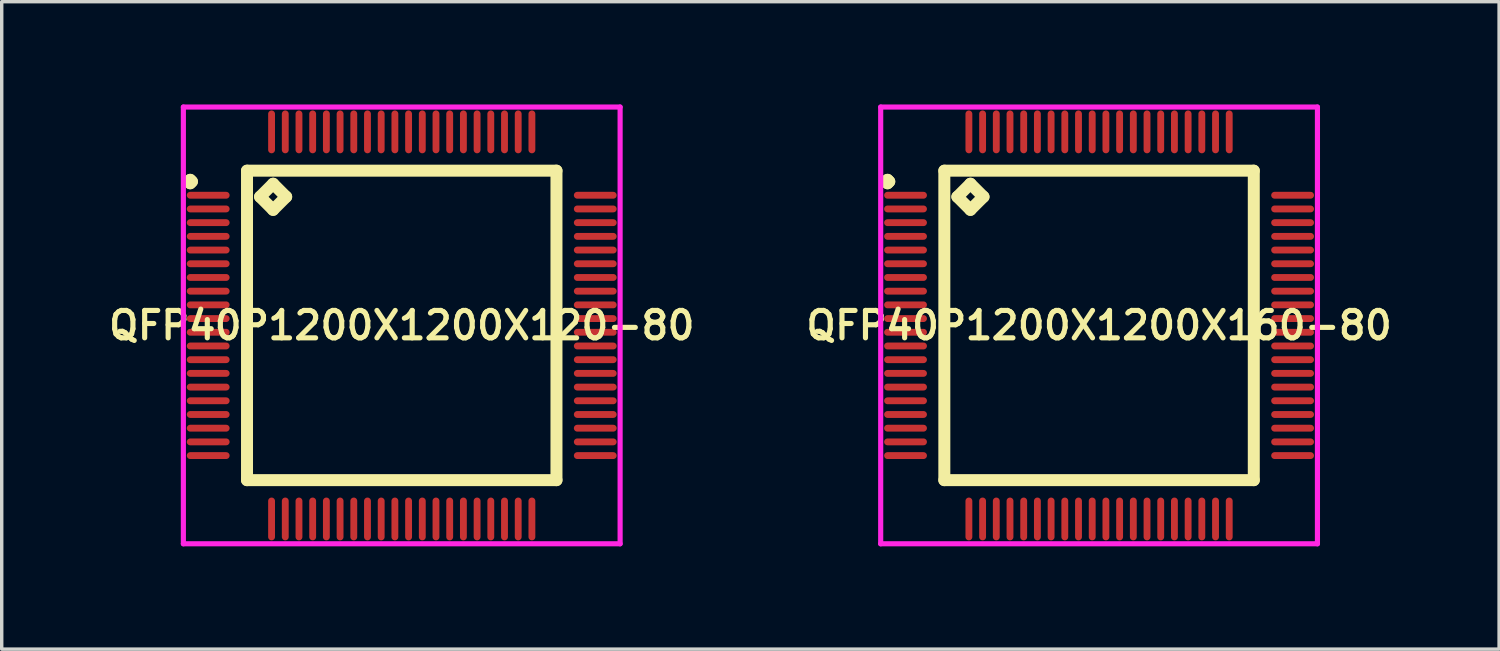
<source format=kicad_pcb>
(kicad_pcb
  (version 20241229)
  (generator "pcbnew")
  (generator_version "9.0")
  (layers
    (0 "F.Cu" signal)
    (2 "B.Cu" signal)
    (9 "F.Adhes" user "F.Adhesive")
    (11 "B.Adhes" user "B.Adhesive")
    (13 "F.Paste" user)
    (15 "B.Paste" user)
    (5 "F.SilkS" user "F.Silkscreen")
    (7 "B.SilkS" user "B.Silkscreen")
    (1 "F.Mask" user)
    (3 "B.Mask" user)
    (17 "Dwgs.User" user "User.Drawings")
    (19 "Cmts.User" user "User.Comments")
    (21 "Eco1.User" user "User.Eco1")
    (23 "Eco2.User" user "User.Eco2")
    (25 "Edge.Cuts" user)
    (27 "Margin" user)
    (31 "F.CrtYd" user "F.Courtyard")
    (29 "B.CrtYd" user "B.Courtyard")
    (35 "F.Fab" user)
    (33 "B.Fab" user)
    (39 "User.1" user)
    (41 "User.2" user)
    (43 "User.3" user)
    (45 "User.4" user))
  (footprint "QFP40P1200X1200X160-80"
    (layer "F.Cu")
    (at 29.035 6.45)
    (property "Reference" "QFP40P1200X1200X160-80" (at 0 0 0) (layer "F.SilkS") (effects (font (size 0.8 0.8) (thickness 0.15))))
    (attr through_hole)
    (fp_line (start -6.225 -4.2) (end -6.175 -4.25) (stroke (width 0.35) (type solid)) (layer "F.SilkS"))
    (fp_line (start -6.175 -4.25) (end -6.125 -4.2) (stroke (width 0.35) (type solid)) (layer "F.SilkS"))
    (fp_line (start -6.175 -4.15) (end -6.225 -4.2) (stroke (width 0.35) (type solid)) (layer "F.SilkS"))
    (fp_line (start -6.125 -4.2) (end -6.175 -4.15) (stroke (width 0.35) (type solid)) (layer "F.SilkS"))
    (fp_line (start -4.517 -4.517) (end -4.517 4.517) (stroke (width 0.35) (type solid)) (layer "F.SilkS"))
    (fp_line (start -4.517 4.517) (end 4.517 4.517) (stroke (width 0.35) (type solid)) (layer "F.SilkS"))
    (fp_line (start -4.136 -3.755) (end -3.755 -4.136) (stroke (width 0.35) (type solid)) (layer "F.SilkS"))
    (fp_line (start -3.755 -4.136) (end -3.374 -3.755) (stroke (width 0.35) (type solid)) (layer "F.SilkS"))
    (fp_line (start -3.755 -3.374) (end -4.136 -3.755) (stroke (width 0.35) (type solid)) (layer "F.SilkS"))
    (fp_line (start -3.374 -3.755) (end -3.755 -3.374) (stroke (width 0.35) (type solid)) (layer "F.SilkS"))
    (fp_line (start 4.517 -4.517) (end -4.517 -4.517) (stroke (width 0.35) (type solid)) (layer "F.SilkS"))
    (fp_line (start 4.517 4.517) (end 4.517 -4.517) (stroke (width 0.35) (type solid)) (layer "F.SilkS"))
    (fp_line (start -6.375 -6.375) (end 6.375 -6.375) (stroke (width 0.15) (type solid)) (layer "F.CrtYd"))
    (fp_line (start -6.375 6.375) (end -6.375 -6.375) (stroke (width 0.15) (type solid)) (layer "F.CrtYd"))
    (fp_line (start 6.375 -6.375) (end 6.375 6.375) (stroke (width 0.15) (type solid)) (layer "F.CrtYd"))
    (fp_line (start 6.375 6.375) (end -6.375 6.375) (stroke (width 0.15) (type solid)) (layer "F.CrtYd"))
    (pad "1" smd oval (at -5.65 -3.8) (size 1.25 0.2) (layers "F.Cu" "F.Mask" "F.Paste"))
    (pad "2" smd oval (at -5.65 -3.4) (size 1.25 0.2) (layers "F.Cu" "F.Mask" "F.Paste"))
    (pad "3" smd oval (at -5.65 -3) (size 1.25 0.2) (layers "F.Cu" "F.Mask" "F.Paste"))
    (pad "4" smd oval (at -5.65 -2.6) (size 1.25 0.2) (layers "F.Cu" "F.Mask" "F.Paste"))
    (pad "5" smd oval (at -5.65 -2.2) (size 1.25 0.2) (layers "F.Cu" "F.Mask" "F.Paste"))
    (pad "6" smd oval (at -5.65 -1.8) (size 1.25 0.2) (layers "F.Cu" "F.Mask" "F.Paste"))
    (pad "7" smd oval (at -5.65 -1.4) (size 1.25 0.2) (layers "F.Cu" "F.Mask" "F.Paste"))
    (pad "8" smd oval (at -5.65 -1) (size 1.25 0.2) (layers "F.Cu" "F.Mask" "F.Paste"))
    (pad "9" smd oval (at -5.65 -0.6) (size 1.25 0.2) (layers "F.Cu" "F.Mask" "F.Paste"))
    (pad "10" smd oval (at -5.65 -0.2) (size 1.25 0.2) (layers "F.Cu" "F.Mask" "F.Paste"))
    (pad "11" smd oval (at -5.65 0.2) (size 1.25 0.2) (layers "F.Cu" "F.Mask" "F.Paste"))
    (pad "12" smd oval (at -5.65 0.6) (size 1.25 0.2) (layers "F.Cu" "F.Mask" "F.Paste"))
    (pad "13" smd oval (at -5.65 1) (size 1.25 0.2) (layers "F.Cu" "F.Mask" "F.Paste"))
    (pad "14" smd oval (at -5.65 1.4) (size 1.25 0.2) (layers "F.Cu" "F.Mask" "F.Paste"))
    (pad "15" smd oval (at -5.65 1.8) (size 1.25 0.2) (layers "F.Cu" "F.Mask" "F.Paste"))
    (pad "16" smd oval (at -5.65 2.2) (size 1.25 0.2) (layers "F.Cu" "F.Mask" "F.Paste"))
    (pad "17" smd oval (at -5.65 2.6) (size 1.25 0.2) (layers "F.Cu" "F.Mask" "F.Paste"))
    (pad "18" smd oval (at -5.65 3) (size 1.25 0.2) (layers "F.Cu" "F.Mask" "F.Paste"))
    (pad "19" smd oval (at -5.65 3.4) (size 1.25 0.2) (layers "F.Cu" "F.Mask" "F.Paste"))
    (pad "20" smd oval (at -5.65 3.8) (size 1.25 0.2) (layers "F.Cu" "F.Mask" "F.Paste"))
    (pad "21" smd oval (at -3.8 5.65) (size 0.2 1.25) (layers "F.Cu" "F.Mask" "F.Paste"))
    (pad "22" smd oval (at -3.4 5.65) (size 0.2 1.25) (layers "F.Cu" "F.Mask" "F.Paste"))
    (pad "23" smd oval (at -3 5.65) (size 0.2 1.25) (layers "F.Cu" "F.Mask" "F.Paste"))
    (pad "24" smd oval (at -2.6 5.65) (size 0.2 1.25) (layers "F.Cu" "F.Mask" "F.Paste"))
    (pad "25" smd oval (at -2.2 5.65) (size 0.2 1.25) (layers "F.Cu" "F.Mask" "F.Paste"))
    (pad "26" smd oval (at -1.8 5.65) (size 0.2 1.25) (layers "F.Cu" "F.Mask" "F.Paste"))
    (pad "27" smd oval (at -1.4 5.65) (size 0.2 1.25) (layers "F.Cu" "F.Mask" "F.Paste"))
    (pad "28" smd oval (at -1 5.65) (size 0.2 1.25) (layers "F.Cu" "F.Mask" "F.Paste"))
    (pad "29" smd oval (at -0.6 5.65) (size 0.2 1.25) (layers "F.Cu" "F.Mask" "F.Paste"))
    (pad "30" smd oval (at -0.2 5.65) (size 0.2 1.25) (layers "F.Cu" "F.Mask" "F.Paste"))
    (pad "31" smd oval (at 0.2 5.65) (size 0.2 1.25) (layers "F.Cu" "F.Mask" "F.Paste"))
    (pad "32" smd oval (at 0.6 5.65) (size 0.2 1.25) (layers "F.Cu" "F.Mask" "F.Paste"))
    (pad "33" smd oval (at 1 5.65) (size 0.2 1.25) (layers "F.Cu" "F.Mask" "F.Paste"))
    (pad "34" smd oval (at 1.4 5.65) (size 0.2 1.25) (layers "F.Cu" "F.Mask" "F.Paste"))
    (pad "35" smd oval (at 1.8 5.65) (size 0.2 1.25) (layers "F.Cu" "F.Mask" "F.Paste"))
    (pad "36" smd oval (at 2.2 5.65) (size 0.2 1.25) (layers "F.Cu" "F.Mask" "F.Paste"))
    (pad "37" smd oval (at 2.6 5.65) (size 0.2 1.25) (layers "F.Cu" "F.Mask" "F.Paste"))
    (pad "38" smd oval (at 3 5.65) (size 0.2 1.25) (layers "F.Cu" "F.Mask" "F.Paste"))
    (pad "39" smd oval (at 3.4 5.65) (size 0.2 1.25) (layers "F.Cu" "F.Mask" "F.Paste"))
    (pad "40" smd oval (at 3.8 5.65) (size 0.2 1.25) (layers "F.Cu" "F.Mask" "F.Paste"))
    (pad "41" smd oval (at 5.65 3.8) (size 1.25 0.2) (layers "F.Cu" "F.Mask" "F.Paste"))
    (pad "42" smd oval (at 5.65 3.4) (size 1.25 0.2) (layers "F.Cu" "F.Mask" "F.Paste"))
    (pad "43" smd oval (at 5.65 3) (size 1.25 0.2) (layers "F.Cu" "F.Mask" "F.Paste"))
    (pad "44" smd oval (at 5.65 2.6) (size 1.25 0.2) (layers "F.Cu" "F.Mask" "F.Paste"))
    (pad "45" smd oval (at 5.65 2.2) (size 1.25 0.2) (layers "F.Cu" "F.Mask" "F.Paste"))
    (pad "46" smd oval (at 5.65 1.8) (size 1.25 0.2) (layers "F.Cu" "F.Mask" "F.Paste"))
    (pad "47" smd oval (at 5.65 1.4) (size 1.25 0.2) (layers "F.Cu" "F.Mask" "F.Paste"))
    (pad "48" smd oval (at 5.65 1) (size 1.25 0.2) (layers "F.Cu" "F.Mask" "F.Paste"))
    (pad "49" smd oval (at 5.65 0.6) (size 1.25 0.2) (layers "F.Cu" "F.Mask" "F.Paste"))
    (pad "50" smd oval (at 5.65 0.2) (size 1.25 0.2) (layers "F.Cu" "F.Mask" "F.Paste"))
    (pad "51" smd oval (at 5.65 -0.2) (size 1.25 0.2) (layers "F.Cu" "F.Mask" "F.Paste"))
    (pad "52" smd oval (at 5.65 -0.6) (size 1.25 0.2) (layers "F.Cu" "F.Mask" "F.Paste"))
    (pad "53" smd oval (at 5.65 -1) (size 1.25 0.2) (layers "F.Cu" "F.Mask" "F.Paste"))
    (pad "54" smd oval (at 5.65 -1.4) (size 1.25 0.2) (layers "F.Cu" "F.Mask" "F.Paste"))
    (pad "55" smd oval (at 5.65 -1.8) (size 1.25 0.2) (layers "F.Cu" "F.Mask" "F.Paste"))
    (pad "56" smd oval (at 5.65 -2.2) (size 1.25 0.2) (layers "F.Cu" "F.Mask" "F.Paste"))
    (pad "57" smd oval (at 5.65 -2.6) (size 1.25 0.2) (layers "F.Cu" "F.Mask" "F.Paste"))
    (pad "58" smd oval (at 5.65 -3) (size 1.25 0.2) (layers "F.Cu" "F.Mask" "F.Paste"))
    (pad "59" smd oval (at 5.65 -3.4) (size 1.25 0.2) (layers "F.Cu" "F.Mask" "F.Paste"))
    (pad "60" smd oval (at 5.65 -3.8) (size 1.25 0.2) (layers "F.Cu" "F.Mask" "F.Paste"))
    (pad "61" smd oval (at 3.8 -5.65) (size 0.2 1.25) (layers "F.Cu" "F.Mask" "F.Paste"))
    (pad "62" smd oval (at 3.4 -5.65) (size 0.2 1.25) (layers "F.Cu" "F.Mask" "F.Paste"))
    (pad "63" smd oval (at 3 -5.65) (size 0.2 1.25) (layers "F.Cu" "F.Mask" "F.Paste"))
    (pad "64" smd oval (at 2.6 -5.65) (size 0.2 1.25) (layers "F.Cu" "F.Mask" "F.Paste"))
    (pad "65" smd oval (at 2.2 -5.65) (size 0.2 1.25) (layers "F.Cu" "F.Mask" "F.Paste"))
    (pad "66" smd oval (at 1.8 -5.65) (size 0.2 1.25) (layers "F.Cu" "F.Mask" "F.Paste"))
    (pad "67" smd oval (at 1.4 -5.65) (size 0.2 1.25) (layers "F.Cu" "F.Mask" "F.Paste"))
    (pad "68" smd oval (at 1 -5.65) (size 0.2 1.25) (layers "F.Cu" "F.Mask" "F.Paste"))
    (pad "69" smd oval (at 0.6 -5.65) (size 0.2 1.25) (layers "F.Cu" "F.Mask" "F.Paste"))
    (pad "70" smd oval (at 0.2 -5.65) (size 0.2 1.25) (layers "F.Cu" "F.Mask" "F.Paste"))
    (pad "71" smd oval (at -0.2 -5.65) (size 0.2 1.25) (layers "F.Cu" "F.Mask" "F.Paste"))
    (pad "72" smd oval (at -0.6 -5.65) (size 0.2 1.25) (layers "F.Cu" "F.Mask" "F.Paste"))
    (pad "73" smd oval (at -1 -5.65) (size 0.2 1.25) (layers "F.Cu" "F.Mask" "F.Paste"))
    (pad "74" smd oval (at -1.4 -5.65) (size 0.2 1.25) (layers "F.Cu" "F.Mask" "F.Paste"))
    (pad "75" smd oval (at -1.8 -5.65) (size 0.2 1.25) (layers "F.Cu" "F.Mask" "F.Paste"))
    (pad "76" smd oval (at -2.2 -5.65) (size 0.2 1.25) (layers "F.Cu" "F.Mask" "F.Paste"))
    (pad "77" smd oval (at -2.6 -5.65) (size 0.2 1.25) (layers "F.Cu" "F.Mask" "F.Paste"))
    (pad "78" smd oval (at -3 -5.65) (size 0.2 1.25) (layers "F.Cu" "F.Mask" "F.Paste"))
    (pad "79" smd oval (at -3.4 -5.65) (size 0.2 1.25) (layers "F.Cu" "F.Mask" "F.Paste"))
    (pad "80" smd oval (at -3.8 -5.65) (size 0.2 1.25) (layers "F.Cu" "F.Mask" "F.Paste")))
  (footprint "QFP40P1200X1200X120-80"
    (layer "F.Cu")
    (at 8.678 6.45)
    (property "Reference" "QFP40P1200X1200X120-80" (at 0 0 0) (layer "F.SilkS") (effects (font (size 0.8 0.8) (thickness 0.15))))
    (attr smd)
    (fp_line (start -6.225 -4.2) (end -6.175 -4.25) (stroke (width 0.35) (type solid)) (layer "F.SilkS"))
    (fp_line (start -6.175 -4.25) (end -6.125 -4.2) (stroke (width 0.35) (type solid)) (layer "F.SilkS"))
    (fp_line (start -6.175 -4.15) (end -6.225 -4.2) (stroke (width 0.35) (type solid)) (layer "F.SilkS"))
    (fp_line (start -6.125 -4.2) (end -6.175 -4.15) (stroke (width 0.35) (type solid)) (layer "F.SilkS"))
    (fp_line (start -4.517 -4.517) (end -4.517 4.517) (stroke (width 0.35) (type solid)) (layer "F.SilkS"))
    (fp_line (start -4.517 4.517) (end 4.517 4.517) (stroke (width 0.35) (type solid)) (layer "F.SilkS"))
    (fp_line (start -4.136 -3.755) (end -3.755 -4.136) (stroke (width 0.35) (type solid)) (layer "F.SilkS"))
    (fp_line (start -3.755 -4.136) (end -3.374 -3.755) (stroke (width 0.35) (type solid)) (layer "F.SilkS"))
    (fp_line (start -3.755 -3.374) (end -4.136 -3.755) (stroke (width 0.35) (type solid)) (layer "F.SilkS"))
    (fp_line (start -3.374 -3.755) (end -3.755 -3.374) (stroke (width 0.35) (type solid)) (layer "F.SilkS"))
    (fp_line (start 4.517 -4.517) (end -4.517 -4.517) (stroke (width 0.35) (type solid)) (layer "F.SilkS"))
    (fp_line (start 4.517 4.517) (end 4.517 -4.517) (stroke (width 0.35) (type solid)) (layer "F.SilkS"))
    (fp_line (start -6.375 -6.375) (end 6.375 -6.375) (stroke (width 0.15) (type solid)) (layer "F.CrtYd"))
    (fp_line (start -6.375 6.375) (end -6.375 -6.375) (stroke (width 0.15) (type solid)) (layer "F.CrtYd"))
    (fp_line (start 6.375 -6.375) (end 6.375 6.375) (stroke (width 0.15) (type solid)) (layer "F.CrtYd"))
    (fp_line (start 6.375 6.375) (end -6.375 6.375) (stroke (width 0.15) (type solid)) (layer "F.CrtYd"))
    (pad "1" smd oval (at -5.65 -3.8) (size 1.25 0.2) (layers "F.Cu" "F.Mask" "F.Paste"))
    (pad "2" smd oval (at -5.65 -3.4) (size 1.25 0.2) (layers "F.Cu" "F.Mask" "F.Paste"))
    (pad "3" smd oval (at -5.65 -3) (size 1.25 0.2) (layers "F.Cu" "F.Mask" "F.Paste"))
    (pad "4" smd oval (at -5.65 -2.6) (size 1.25 0.2) (layers "F.Cu" "F.Mask" "F.Paste"))
    (pad "5" smd oval (at -5.65 -2.2) (size 1.25 0.2) (layers "F.Cu" "F.Mask" "F.Paste"))
    (pad "6" smd oval (at -5.65 -1.8) (size 1.25 0.2) (layers "F.Cu" "F.Mask" "F.Paste"))
    (pad "7" smd oval (at -5.65 -1.4) (size 1.25 0.2) (layers "F.Cu" "F.Mask" "F.Paste"))
    (pad "8" smd oval (at -5.65 -1) (size 1.25 0.2) (layers "F.Cu" "F.Mask" "F.Paste"))
    (pad "9" smd oval (at -5.65 -0.6) (size 1.25 0.2) (layers "F.Cu" "F.Mask" "F.Paste"))
    (pad "10" smd oval (at -5.65 -0.2) (size 1.25 0.2) (layers "F.Cu" "F.Mask" "F.Paste"))
    (pad "11" smd oval (at -5.65 0.2) (size 1.25 0.2) (layers "F.Cu" "F.Mask" "F.Paste"))
    (pad "12" smd oval (at -5.65 0.6) (size 1.25 0.2) (layers "F.Cu" "F.Mask" "F.Paste"))
    (pad "13" smd oval (at -5.65 1) (size 1.25 0.2) (layers "F.Cu" "F.Mask" "F.Paste"))
    (pad "14" smd oval (at -5.65 1.4) (size 1.25 0.2) (layers "F.Cu" "F.Mask" "F.Paste"))
    (pad "15" smd oval (at -5.65 1.8) (size 1.25 0.2) (layers "F.Cu" "F.Mask" "F.Paste"))
    (pad "16" smd oval (at -5.65 2.2) (size 1.25 0.2) (layers "F.Cu" "F.Mask" "F.Paste"))
    (pad "17" smd oval (at -5.65 2.6) (size 1.25 0.2) (layers "F.Cu" "F.Mask" "F.Paste"))
    (pad "18" smd oval (at -5.65 3) (size 1.25 0.2) (layers "F.Cu" "F.Mask" "F.Paste"))
    (pad "19" smd oval (at -5.65 3.4) (size 1.25 0.2) (layers "F.Cu" "F.Mask" "F.Paste"))
    (pad "20" smd oval (at -5.65 3.8) (size 1.25 0.2) (layers "F.Cu" "F.Mask" "F.Paste"))
    (pad "21" smd oval (at -3.8 5.65) (size 0.2 1.25) (layers "F.Cu" "F.Mask" "F.Paste"))
    (pad "22" smd oval (at -3.4 5.65) (size 0.2 1.25) (layers "F.Cu" "F.Mask" "F.Paste"))
    (pad "23" smd oval (at -3 5.65) (size 0.2 1.25) (layers "F.Cu" "F.Mask" "F.Paste"))
    (pad "24" smd oval (at -2.6 5.65) (size 0.2 1.25) (layers "F.Cu" "F.Mask" "F.Paste"))
    (pad "25" smd oval (at -2.2 5.65) (size 0.2 1.25) (layers "F.Cu" "F.Mask" "F.Paste"))
    (pad "26" smd oval (at -1.8 5.65) (size 0.2 1.25) (layers "F.Cu" "F.Mask" "F.Paste"))
    (pad "27" smd oval (at -1.4 5.65) (size 0.2 1.25) (layers "F.Cu" "F.Mask" "F.Paste"))
    (pad "28" smd oval (at -1 5.65) (size 0.2 1.25) (layers "F.Cu" "F.Mask" "F.Paste"))
    (pad "29" smd oval (at -0.6 5.65) (size 0.2 1.25) (layers "F.Cu" "F.Mask" "F.Paste"))
    (pad "30" smd oval (at -0.2 5.65) (size 0.2 1.25) (layers "F.Cu" "F.Mask" "F.Paste"))
    (pad "31" smd oval (at 0.2 5.65) (size 0.2 1.25) (layers "F.Cu" "F.Mask" "F.Paste"))
    (pad "32" smd oval (at 0.6 5.65) (size 0.2 1.25) (layers "F.Cu" "F.Mask" "F.Paste"))
    (pad "33" smd oval (at 1 5.65) (size 0.2 1.25) (layers "F.Cu" "F.Mask" "F.Paste"))
    (pad "34" smd oval (at 1.4 5.65) (size 0.2 1.25) (layers "F.Cu" "F.Mask" "F.Paste"))
    (pad "35" smd oval (at 1.8 5.65) (size 0.2 1.25) (layers "F.Cu" "F.Mask" "F.Paste"))
    (pad "36" smd oval (at 2.2 5.65) (size 0.2 1.25) (layers "F.Cu" "F.Mask" "F.Paste"))
    (pad "37" smd oval (at 2.6 5.65) (size 0.2 1.25) (layers "F.Cu" "F.Mask" "F.Paste"))
    (pad "38" smd oval (at 3 5.65) (size 0.2 1.25) (layers "F.Cu" "F.Mask" "F.Paste"))
    (pad "39" smd oval (at 3.4 5.65) (size 0.2 1.25) (layers "F.Cu" "F.Mask" "F.Paste"))
    (pad "40" smd oval (at 3.8 5.65) (size 0.2 1.25) (layers "F.Cu" "F.Mask" "F.Paste"))
    (pad "41" smd oval (at 5.65 3.8) (size 1.25 0.2) (layers "F.Cu" "F.Mask" "F.Paste"))
    (pad "42" smd oval (at 5.65 3.4) (size 1.25 0.2) (layers "F.Cu" "F.Mask" "F.Paste"))
    (pad "43" smd oval (at 5.65 3) (size 1.25 0.2) (layers "F.Cu" "F.Mask" "F.Paste"))
    (pad "44" smd oval (at 5.65 2.6) (size 1.25 0.2) (layers "F.Cu" "F.Mask" "F.Paste"))
    (pad "45" smd oval (at 5.65 2.2) (size 1.25 0.2) (layers "F.Cu" "F.Mask" "F.Paste"))
    (pad "46" smd oval (at 5.65 1.8) (size 1.25 0.2) (layers "F.Cu" "F.Mask" "F.Paste"))
    (pad "47" smd oval (at 5.65 1.4) (size 1.25 0.2) (layers "F.Cu" "F.Mask" "F.Paste"))
    (pad "48" smd oval (at 5.65 1) (size 1.25 0.2) (layers "F.Cu" "F.Mask" "F.Paste"))
    (pad "49" smd oval (at 5.65 0.6) (size 1.25 0.2) (layers "F.Cu" "F.Mask" "F.Paste"))
    (pad "50" smd oval (at 5.65 0.2) (size 1.25 0.2) (layers "F.Cu" "F.Mask" "F.Paste"))
    (pad "51" smd oval (at 5.65 -0.2) (size 1.25 0.2) (layers "F.Cu" "F.Mask" "F.Paste"))
    (pad "52" smd oval (at 5.65 -0.6) (size 1.25 0.2) (layers "F.Cu" "F.Mask" "F.Paste"))
    (pad "53" smd oval (at 5.65 -1) (size 1.25 0.2) (layers "F.Cu" "F.Mask" "F.Paste"))
    (pad "54" smd oval (at 5.65 -1.4) (size 1.25 0.2) (layers "F.Cu" "F.Mask" "F.Paste"))
    (pad "55" smd oval (at 5.65 -1.8) (size 1.25 0.2) (layers "F.Cu" "F.Mask" "F.Paste"))
    (pad "56" smd oval (at 5.65 -2.2) (size 1.25 0.2) (layers "F.Cu" "F.Mask" "F.Paste"))
    (pad "57" smd oval (at 5.65 -2.6) (size 1.25 0.2) (layers "F.Cu" "F.Mask" "F.Paste"))
    (pad "58" smd oval (at 5.65 -3) (size 1.25 0.2) (layers "F.Cu" "F.Mask" "F.Paste"))
    (pad "59" smd oval (at 5.65 -3.4) (size 1.25 0.2) (layers "F.Cu" "F.Mask" "F.Paste"))
    (pad "60" smd oval (at 5.65 -3.8) (size 1.25 0.2) (layers "F.Cu" "F.Mask" "F.Paste"))
    (pad "61" smd oval (at 3.8 -5.65) (size 0.2 1.25) (layers "F.Cu" "F.Mask" "F.Paste"))
    (pad "62" smd oval (at 3.4 -5.65) (size 0.2 1.25) (layers "F.Cu" "F.Mask" "F.Paste"))
    (pad "63" smd oval (at 3 -5.65) (size 0.2 1.25) (layers "F.Cu" "F.Mask" "F.Paste"))
    (pad "64" smd oval (at 2.6 -5.65) (size 0.2 1.25) (layers "F.Cu" "F.Mask" "F.Paste"))
    (pad "65" smd oval (at 2.2 -5.65) (size 0.2 1.25) (layers "F.Cu" "F.Mask" "F.Paste"))
    (pad "66" smd oval (at 1.8 -5.65) (size 0.2 1.25) (layers "F.Cu" "F.Mask" "F.Paste"))
    (pad "67" smd oval (at 1.4 -5.65) (size 0.2 1.25) (layers "F.Cu" "F.Mask" "F.Paste"))
    (pad "68" smd oval (at 1 -5.65) (size 0.2 1.25) (layers "F.Cu" "F.Mask" "F.Paste"))
    (pad "69" smd oval (at 0.6 -5.65) (size 0.2 1.25) (layers "F.Cu" "F.Mask" "F.Paste"))
    (pad "70" smd oval (at 0.2 -5.65) (size 0.2 1.25) (layers "F.Cu" "F.Mask" "F.Paste"))
    (pad "71" smd oval (at -0.2 -5.65) (size 0.2 1.25) (layers "F.Cu" "F.Mask" "F.Paste"))
    (pad "72" smd oval (at -0.6 -5.65) (size 0.2 1.25) (layers "F.Cu" "F.Mask" "F.Paste"))
    (pad "73" smd oval (at -1 -5.65) (size 0.2 1.25) (layers "F.Cu" "F.Mask" "F.Paste"))
    (pad "74" smd oval (at -1.4 -5.65) (size 0.2 1.25) (layers "F.Cu" "F.Mask" "F.Paste"))
    (pad "75" smd oval (at -1.8 -5.65) (size 0.2 1.25) (layers "F.Cu" "F.Mask" "F.Paste"))
    (pad "76" smd oval (at -2.2 -5.65) (size 0.2 1.25) (layers "F.Cu" "F.Mask" "F.Paste"))
    (pad "77" smd oval (at -2.6 -5.65) (size 0.2 1.25) (layers "F.Cu" "F.Mask" "F.Paste"))
    (pad "78" smd oval (at -3 -5.65) (size 0.2 1.25) (layers "F.Cu" "F.Mask" "F.Paste"))
    (pad "79" smd oval (at -3.4 -5.65) (size 0.2 1.25) (layers "F.Cu" "F.Mask" "F.Paste"))
    (pad "80" smd oval (at -3.8 -5.65) (size 0.2 1.25) (layers "F.Cu" "F.Mask" "F.Paste")))
  (gr_rect
    (start -3 -3)
    (end 40.713 15.9)
    (stroke (width 0.1) (type default))
    (fill no)
    (layer "Edge.Cuts")))
</source>
